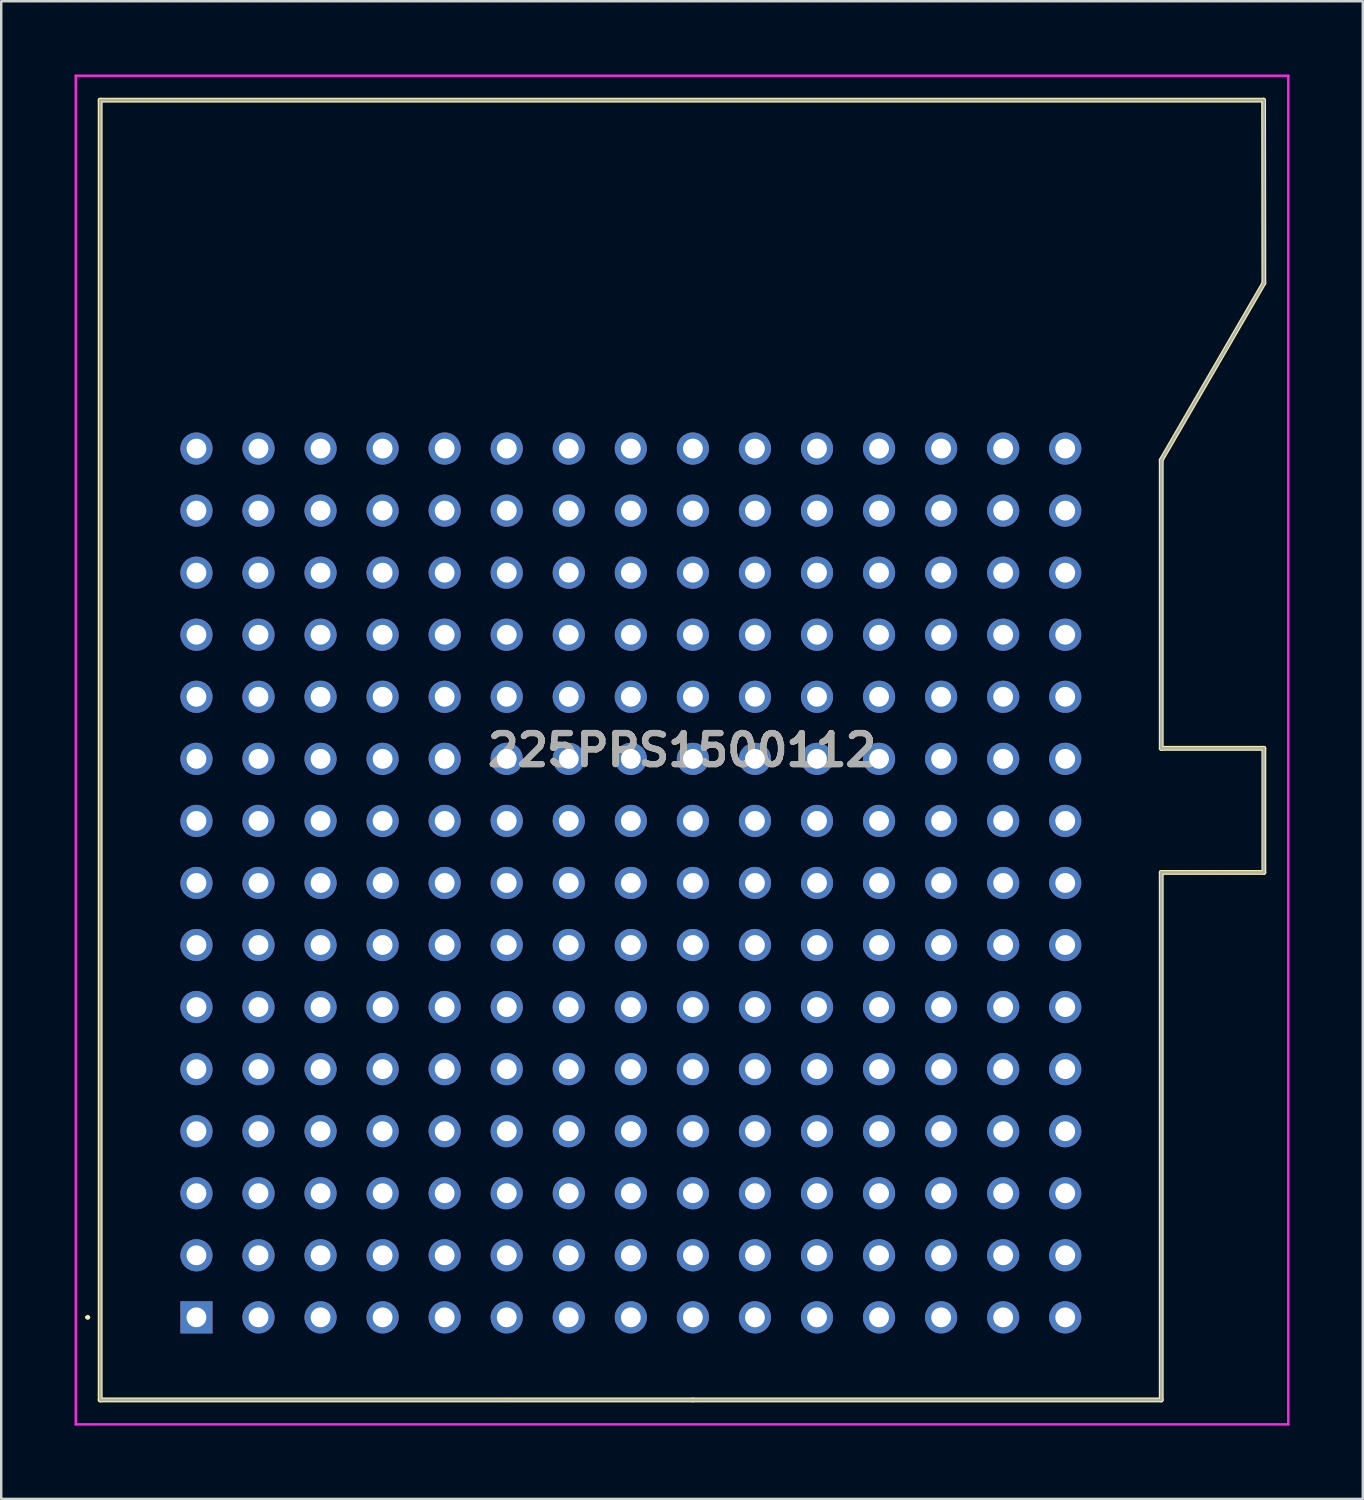
<source format=kicad_pcb>
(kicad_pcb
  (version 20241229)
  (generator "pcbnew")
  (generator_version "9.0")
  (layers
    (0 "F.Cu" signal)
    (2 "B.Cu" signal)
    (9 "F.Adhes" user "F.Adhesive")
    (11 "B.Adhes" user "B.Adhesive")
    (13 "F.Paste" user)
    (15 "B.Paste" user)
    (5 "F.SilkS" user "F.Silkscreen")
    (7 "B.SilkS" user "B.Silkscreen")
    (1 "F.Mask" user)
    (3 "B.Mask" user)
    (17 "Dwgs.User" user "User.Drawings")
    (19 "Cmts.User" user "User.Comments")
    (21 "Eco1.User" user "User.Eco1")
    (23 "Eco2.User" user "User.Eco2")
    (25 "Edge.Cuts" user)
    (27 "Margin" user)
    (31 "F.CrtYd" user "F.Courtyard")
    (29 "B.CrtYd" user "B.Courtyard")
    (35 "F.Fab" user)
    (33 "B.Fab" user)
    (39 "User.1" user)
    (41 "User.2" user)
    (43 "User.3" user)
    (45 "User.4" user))
  (footprint "225PRS1500112"
    (layer "F.Cu")
    (at 4.99 50.87)
    (property "Reference" "225PRS1500112" (at 19.875 -23.22 0) (layer "F.SilkS") (effects (font (size 1.27 1.27) (thickness 0.254))))
    (attr through_hole)
    (fp_line (start -4.5 0) (end -4.5 0) (stroke (width 0.1) (type solid)) (layer "F.SilkS"))
    (fp_line (start -4.4 0) (end -4.4 0) (stroke (width 0.1) (type solid)) (layer "F.SilkS"))
    (fp_line (start -3.94 -49.82) (end -3.94 3.38) (stroke (width 0.2) (type solid)) (layer "F.SilkS"))
    (fp_line (start -3.94 3.38) (end 20.32 3.38) (stroke (width 0.2) (type solid)) (layer "F.SilkS"))
    (fp_line (start 20.32 3.38) (end 39.49 3.38) (stroke (width 0.2) (type solid)) (layer "F.SilkS"))
    (fp_line (start 39.49 -35.09) (end 43.69 -42.33) (stroke (width 0.2) (type solid)) (layer "F.SilkS"))
    (fp_line (start 39.49 -23.29) (end 39.49 -35.09) (stroke (width 0.2) (type solid)) (layer "F.SilkS"))
    (fp_line (start 39.49 -18.21) (end 43.69 -18.21) (stroke (width 0.2) (type solid)) (layer "F.SilkS"))
    (fp_line (start 39.49 3.38) (end 39.49 -18.21) (stroke (width 0.2) (type solid)) (layer "F.SilkS"))
    (fp_line (start 43.68 -49.82) (end -3.94 -49.82) (stroke (width 0.2) (type solid)) (layer "F.SilkS"))
    (fp_line (start 43.69 -42.33) (end 43.68 -49.82) (stroke (width 0.2) (type solid)) (layer "F.SilkS"))
    (fp_line (start 43.69 -23.29) (end 39.49 -23.29) (stroke (width 0.2) (type solid)) (layer "F.SilkS"))
    (fp_line (start 43.69 -18.21) (end 43.69 -23.29) (stroke (width 0.2) (type solid)) (layer "F.SilkS"))
    (fp_arc (start -4.5 0) (mid -4.45 -0.05) (end -4.4 0) (stroke (width 0.1) (type solid)) (layer "F.SilkS"))
    (fp_arc (start -4.4 0) (mid -4.45 0.05) (end -4.5 0) (stroke (width 0.1) (type solid)) (layer "F.SilkS"))
    (fp_line (start -4.94 -50.82) (end 44.69 -50.82) (stroke (width 0.1) (type solid)) (layer "F.CrtYd"))
    (fp_line (start -4.94 4.38) (end -4.94 -50.82) (stroke (width 0.1) (type solid)) (layer "F.CrtYd"))
    (fp_line (start 44.69 -50.82) (end 44.69 4.38) (stroke (width 0.1) (type solid)) (layer "F.CrtYd"))
    (fp_line (start 44.69 4.38) (end -4.94 4.38) (stroke (width 0.1) (type solid)) (layer "F.CrtYd"))
    (fp_line (start -3.94 -49.82) (end -3.94 3.38) (stroke (width 0.1) (type solid)) (layer "F.Fab"))
    (fp_line (start -3.94 3.38) (end 12.7 3.38) (stroke (width 0.1) (type solid)) (layer "F.Fab"))
    (fp_line (start 12.7 3.38) (end 39.49 3.38) (stroke (width 0.1) (type solid)) (layer "F.Fab"))
    (fp_line (start 39.49 -35.09) (end 43.69 -42.33) (stroke (width 0.1) (type solid)) (layer "F.Fab"))
    (fp_line (start 39.49 -23.29) (end 39.49 -35.09) (stroke (width 0.1) (type solid)) (layer "F.Fab"))
    (fp_line (start 39.49 -18.21) (end 43.68 -18.21) (stroke (width 0.1) (type solid)) (layer "F.Fab"))
    (fp_line (start 39.49 3.38) (end 39.49 -18.21) (stroke (width 0.1) (type solid)) (layer "F.Fab"))
    (fp_line (start 43.68 -23.29) (end 39.49 -23.29) (stroke (width 0.1) (type solid)) (layer "F.Fab"))
    (fp_line (start 43.68 -18.21) (end 43.68 -23.29) (stroke (width 0.1) (type solid)) (layer "F.Fab"))
    (fp_line (start 43.69 -49.82) (end -3.94 -49.82) (stroke (width 0.1) (type solid)) (layer "F.Fab"))
    (fp_line (start 43.69 -42.33) (end 43.69 -49.82) (stroke (width 0.1) (type solid)) (layer "F.Fab"))
    (fp_text user "${REFERENCE}" (at 19.875 -23.22 0) (layer "F.Fab") (effects (font (size 1.27 1.27) (thickness 0.254))))
    (pad "A1" thru_hole rect (at 0 0) (size 1.316 1.316) (drill 0.81) (layers "*.Cu" "*.Mask"))
    (pad "A2" thru_hole circle (at 2.54 0) (size 1.316 1.316) (drill 0.81) (layers "*.Cu" "*.Mask"))
    (pad "A3" thru_hole circle (at 5.08 0) (size 1.316 1.316) (drill 0.81) (layers "*.Cu" "*.Mask"))
    (pad "A4" thru_hole circle (at 7.62 0) (size 1.316 1.316) (drill 0.81) (layers "*.Cu" "*.Mask"))
    (pad "A5" thru_hole circle (at 10.16 0) (size 1.316 1.316) (drill 0.81) (layers "*.Cu" "*.Mask"))
    (pad "A6" thru_hole circle (at 12.7 0) (size 1.316 1.316) (drill 0.81) (layers "*.Cu" "*.Mask"))
    (pad "A7" thru_hole circle (at 15.24 0) (size 1.316 1.316) (drill 0.81) (layers "*.Cu" "*.Mask"))
    (pad "A8" thru_hole circle (at 17.78 0) (size 1.316 1.316) (drill 0.81) (layers "*.Cu" "*.Mask"))
    (pad "A9" thru_hole circle (at 20.32 0) (size 1.316 1.316) (drill 0.81) (layers "*.Cu" "*.Mask"))
    (pad "A10" thru_hole circle (at 22.86 0) (size 1.316 1.316) (drill 0.81) (layers "*.Cu" "*.Mask"))
    (pad "A11" thru_hole circle (at 25.4 0) (size 1.316 1.316) (drill 0.81) (layers "*.Cu" "*.Mask"))
    (pad "A12" thru_hole circle (at 27.94 0) (size 1.316 1.316) (drill 0.81) (layers "*.Cu" "*.Mask"))
    (pad "A13" thru_hole circle (at 30.48 0) (size 1.316 1.316) (drill 0.81) (layers "*.Cu" "*.Mask"))
    (pad "A14" thru_hole circle (at 33.02 0) (size 1.316 1.316) (drill 0.81) (layers "*.Cu" "*.Mask"))
    (pad "A15" thru_hole circle (at 35.56 0) (size 1.316 1.316) (drill 0.81) (layers "*.Cu" "*.Mask"))
    (pad "B1" thru_hole circle (at 0 -2.54) (size 1.316 1.316) (drill 0.81) (layers "*.Cu" "*.Mask"))
    (pad "B2" thru_hole circle (at 2.54 -2.54) (size 1.316 1.316) (drill 0.81) (layers "*.Cu" "*.Mask"))
    (pad "B3" thru_hole circle (at 5.08 -2.54) (size 1.316 1.316) (drill 0.81) (layers "*.Cu" "*.Mask"))
    (pad "B4" thru_hole circle (at 7.62 -2.54) (size 1.316 1.316) (drill 0.81) (layers "*.Cu" "*.Mask"))
    (pad "B5" thru_hole circle (at 10.16 -2.54) (size 1.316 1.316) (drill 0.81) (layers "*.Cu" "*.Mask"))
    (pad "B6" thru_hole circle (at 12.7 -2.54) (size 1.316 1.316) (drill 0.81) (layers "*.Cu" "*.Mask"))
    (pad "B7" thru_hole circle (at 15.24 -2.54) (size 1.316 1.316) (drill 0.81) (layers "*.Cu" "*.Mask"))
    (pad "B8" thru_hole circle (at 17.78 -2.54) (size 1.316 1.316) (drill 0.81) (layers "*.Cu" "*.Mask"))
    (pad "B9" thru_hole circle (at 20.32 -2.54) (size 1.316 1.316) (drill 0.81) (layers "*.Cu" "*.Mask"))
    (pad "B10" thru_hole circle (at 22.86 -2.54) (size 1.316 1.316) (drill 0.81) (layers "*.Cu" "*.Mask"))
    (pad "B11" thru_hole circle (at 25.4 -2.54) (size 1.316 1.316) (drill 0.81) (layers "*.Cu" "*.Mask"))
    (pad "B12" thru_hole circle (at 27.94 -2.54) (size 1.316 1.316) (drill 0.81) (layers "*.Cu" "*.Mask"))
    (pad "B13" thru_hole circle (at 30.48 -2.54) (size 1.316 1.316) (drill 0.81) (layers "*.Cu" "*.Mask"))
    (pad "B14" thru_hole circle (at 33.02 -2.54) (size 1.316 1.316) (drill 0.81) (layers "*.Cu" "*.Mask"))
    (pad "B15" thru_hole circle (at 35.56 -2.54) (size 1.316 1.316) (drill 0.81) (layers "*.Cu" "*.Mask"))
    (pad "C1" thru_hole circle (at 0 -5.08) (size 1.316 1.316) (drill 0.81) (layers "*.Cu" "*.Mask"))
    (pad "C2" thru_hole circle (at 2.54 -5.08) (size 1.316 1.316) (drill 0.81) (layers "*.Cu" "*.Mask"))
    (pad "C3" thru_hole circle (at 5.08 -5.08) (size 1.316 1.316) (drill 0.81) (layers "*.Cu" "*.Mask"))
    (pad "C4" thru_hole circle (at 7.62 -5.08) (size 1.316 1.316) (drill 0.81) (layers "*.Cu" "*.Mask"))
    (pad "C5" thru_hole circle (at 10.16 -5.08) (size 1.316 1.316) (drill 0.81) (layers "*.Cu" "*.Mask"))
    (pad "C6" thru_hole circle (at 12.7 -5.08) (size 1.316 1.316) (drill 0.81) (layers "*.Cu" "*.Mask"))
    (pad "C7" thru_hole circle (at 15.24 -5.08) (size 1.316 1.316) (drill 0.81) (layers "*.Cu" "*.Mask"))
    (pad "C8" thru_hole circle (at 17.78 -5.08) (size 1.316 1.316) (drill 0.81) (layers "*.Cu" "*.Mask"))
    (pad "C9" thru_hole circle (at 20.32 -5.08) (size 1.316 1.316) (drill 0.81) (layers "*.Cu" "*.Mask"))
    (pad "C10" thru_hole circle (at 22.86 -5.08) (size 1.316 1.316) (drill 0.81) (layers "*.Cu" "*.Mask"))
    (pad "C11" thru_hole circle (at 25.4 -5.08) (size 1.316 1.316) (drill 0.81) (layers "*.Cu" "*.Mask"))
    (pad "C12" thru_hole circle (at 27.94 -5.08) (size 1.316 1.316) (drill 0.81) (layers "*.Cu" "*.Mask"))
    (pad "C13" thru_hole circle (at 30.48 -5.08) (size 1.316 1.316) (drill 0.81) (layers "*.Cu" "*.Mask"))
    (pad "C14" thru_hole circle (at 33.02 -5.08) (size 1.316 1.316) (drill 0.81) (layers "*.Cu" "*.Mask"))
    (pad "C15" thru_hole circle (at 35.56 -5.08) (size 1.316 1.316) (drill 0.81) (layers "*.Cu" "*.Mask"))
    (pad "D1" thru_hole circle (at 0 -7.62) (size 1.316 1.316) (drill 0.81) (layers "*.Cu" "*.Mask"))
    (pad "D2" thru_hole circle (at 2.54 -7.62) (size 1.316 1.316) (drill 0.81) (layers "*.Cu" "*.Mask"))
    (pad "D3" thru_hole circle (at 5.08 -7.62) (size 1.316 1.316) (drill 0.81) (layers "*.Cu" "*.Mask"))
    (pad "D4" thru_hole circle (at 7.62 -7.62) (size 1.316 1.316) (drill 0.81) (layers "*.Cu" "*.Mask"))
    (pad "D5" thru_hole circle (at 10.16 -7.62) (size 1.316 1.316) (drill 0.81) (layers "*.Cu" "*.Mask"))
    (pad "D6" thru_hole circle (at 12.7 -7.62) (size 1.316 1.316) (drill 0.81) (layers "*.Cu" "*.Mask"))
    (pad "D7" thru_hole circle (at 15.24 -7.62) (size 1.316 1.316) (drill 0.81) (layers "*.Cu" "*.Mask"))
    (pad "D8" thru_hole circle (at 17.78 -7.62) (size 1.316 1.316) (drill 0.81) (layers "*.Cu" "*.Mask"))
    (pad "D9" thru_hole circle (at 20.32 -7.62) (size 1.316 1.316) (drill 0.81) (layers "*.Cu" "*.Mask"))
    (pad "D10" thru_hole circle (at 22.86 -7.62) (size 1.316 1.316) (drill 0.81) (layers "*.Cu" "*.Mask"))
    (pad "D11" thru_hole circle (at 25.4 -7.62) (size 1.316 1.316) (drill 0.81) (layers "*.Cu" "*.Mask"))
    (pad "D12" thru_hole circle (at 27.94 -7.62) (size 1.316 1.316) (drill 0.81) (layers "*.Cu" "*.Mask"))
    (pad "D13" thru_hole circle (at 30.48 -7.62) (size 1.316 1.316) (drill 0.81) (layers "*.Cu" "*.Mask"))
    (pad "D14" thru_hole circle (at 33.02 -7.62) (size 1.316 1.316) (drill 0.81) (layers "*.Cu" "*.Mask"))
    (pad "D15" thru_hole circle (at 35.56 -7.62) (size 1.316 1.316) (drill 0.81) (layers "*.Cu" "*.Mask"))
    (pad "E1" thru_hole circle (at 0 -10.16) (size 1.316 1.316) (drill 0.81) (layers "*.Cu" "*.Mask"))
    (pad "E2" thru_hole circle (at 2.54 -10.16) (size 1.316 1.316) (drill 0.81) (layers "*.Cu" "*.Mask"))
    (pad "E3" thru_hole circle (at 5.08 -10.16) (size 1.316 1.316) (drill 0.81) (layers "*.Cu" "*.Mask"))
    (pad "E4" thru_hole circle (at 7.62 -10.16) (size 1.316 1.316) (drill 0.81) (layers "*.Cu" "*.Mask"))
    (pad "E5" thru_hole circle (at 10.16 -10.16) (size 1.316 1.316) (drill 0.81) (layers "*.Cu" "*.Mask"))
    (pad "E6" thru_hole circle (at 12.7 -10.16) (size 1.316 1.316) (drill 0.81) (layers "*.Cu" "*.Mask"))
    (pad "E7" thru_hole circle (at 15.24 -10.16) (size 1.316 1.316) (drill 0.81) (layers "*.Cu" "*.Mask"))
    (pad "E8" thru_hole circle (at 17.78 -10.16) (size 1.316 1.316) (drill 0.81) (layers "*.Cu" "*.Mask"))
    (pad "E9" thru_hole circle (at 20.32 -10.16) (size 1.316 1.316) (drill 0.81) (layers "*.Cu" "*.Mask"))
    (pad "E10" thru_hole circle (at 22.86 -10.16) (size 1.316 1.316) (drill 0.81) (layers "*.Cu" "*.Mask"))
    (pad "E11" thru_hole circle (at 25.4 -10.16) (size 1.316 1.316) (drill 0.81) (layers "*.Cu" "*.Mask"))
    (pad "E12" thru_hole circle (at 27.94 -10.16) (size 1.316 1.316) (drill 0.81) (layers "*.Cu" "*.Mask"))
    (pad "E13" thru_hole circle (at 30.48 -10.16) (size 1.316 1.316) (drill 0.81) (layers "*.Cu" "*.Mask"))
    (pad "E14" thru_hole circle (at 33.02 -10.16) (size 1.316 1.316) (drill 0.81) (layers "*.Cu" "*.Mask"))
    (pad "E15" thru_hole circle (at 35.56 -10.16) (size 1.316 1.316) (drill 0.81) (layers "*.Cu" "*.Mask"))
    (pad "F1" thru_hole circle (at 0 -12.7) (size 1.316 1.316) (drill 0.81) (layers "*.Cu" "*.Mask"))
    (pad "F2" thru_hole circle (at 2.54 -12.7) (size 1.316 1.316) (drill 0.81) (layers "*.Cu" "*.Mask"))
    (pad "F3" thru_hole circle (at 5.08 -12.7) (size 1.316 1.316) (drill 0.81) (layers "*.Cu" "*.Mask"))
    (pad "F4" thru_hole circle (at 7.62 -12.7) (size 1.316 1.316) (drill 0.81) (layers "*.Cu" "*.Mask"))
    (pad "F5" thru_hole circle (at 10.16 -12.7) (size 1.316 1.316) (drill 0.81) (layers "*.Cu" "*.Mask"))
    (pad "F6" thru_hole circle (at 12.7 -12.7) (size 1.316 1.316) (drill 0.81) (layers "*.Cu" "*.Mask"))
    (pad "F7" thru_hole circle (at 15.24 -12.7) (size 1.316 1.316) (drill 0.81) (layers "*.Cu" "*.Mask"))
    (pad "F8" thru_hole circle (at 17.78 -12.7) (size 1.316 1.316) (drill 0.81) (layers "*.Cu" "*.Mask"))
    (pad "F9" thru_hole circle (at 20.32 -12.7) (size 1.316 1.316) (drill 0.81) (layers "*.Cu" "*.Mask"))
    (pad "F10" thru_hole circle (at 22.86 -12.7) (size 1.316 1.316) (drill 0.81) (layers "*.Cu" "*.Mask"))
    (pad "F11" thru_hole circle (at 25.4 -12.7) (size 1.316 1.316) (drill 0.81) (layers "*.Cu" "*.Mask"))
    (pad "F12" thru_hole circle (at 27.94 -12.7) (size 1.316 1.316) (drill 0.81) (layers "*.Cu" "*.Mask"))
    (pad "F13" thru_hole circle (at 30.48 -12.7) (size 1.316 1.316) (drill 0.81) (layers "*.Cu" "*.Mask"))
    (pad "F14" thru_hole circle (at 33.02 -12.7) (size 1.316 1.316) (drill 0.81) (layers "*.Cu" "*.Mask"))
    (pad "F15" thru_hole circle (at 35.56 -12.7) (size 1.316 1.316) (drill 0.81) (layers "*.Cu" "*.Mask"))
    (pad "G1" thru_hole circle (at 0 -15.24) (size 1.316 1.316) (drill 0.81) (layers "*.Cu" "*.Mask"))
    (pad "G2" thru_hole circle (at 2.54 -15.24) (size 1.316 1.316) (drill 0.81) (layers "*.Cu" "*.Mask"))
    (pad "G3" thru_hole circle (at 5.08 -15.24) (size 1.316 1.316) (drill 0.81) (layers "*.Cu" "*.Mask"))
    (pad "G4" thru_hole circle (at 7.62 -15.24) (size 1.316 1.316) (drill 0.81) (layers "*.Cu" "*.Mask"))
    (pad "G5" thru_hole circle (at 10.16 -15.24) (size 1.316 1.316) (drill 0.81) (layers "*.Cu" "*.Mask"))
    (pad "G6" thru_hole circle (at 12.7 -15.24) (size 1.316 1.316) (drill 0.81) (layers "*.Cu" "*.Mask"))
    (pad "G7" thru_hole circle (at 15.24 -15.24) (size 1.316 1.316) (drill 0.81) (layers "*.Cu" "*.Mask"))
    (pad "G8" thru_hole circle (at 17.78 -15.24) (size 1.316 1.316) (drill 0.81) (layers "*.Cu" "*.Mask"))
    (pad "G9" thru_hole circle (at 20.32 -15.24) (size 1.316 1.316) (drill 0.81) (layers "*.Cu" "*.Mask"))
    (pad "G10" thru_hole circle (at 22.86 -15.24) (size 1.316 1.316) (drill 0.81) (layers "*.Cu" "*.Mask"))
    (pad "G11" thru_hole circle (at 25.4 -15.24) (size 1.316 1.316) (drill 0.81) (layers "*.Cu" "*.Mask"))
    (pad "G12" thru_hole circle (at 27.94 -15.24) (size 1.316 1.316) (drill 0.81) (layers "*.Cu" "*.Mask"))
    (pad "G13" thru_hole circle (at 30.48 -15.24) (size 1.316 1.316) (drill 0.81) (layers "*.Cu" "*.Mask"))
    (pad "G14" thru_hole circle (at 33.02 -15.24) (size 1.316 1.316) (drill 0.81) (layers "*.Cu" "*.Mask"))
    (pad "G15" thru_hole circle (at 35.56 -15.24) (size 1.316 1.316) (drill 0.81) (layers "*.Cu" "*.Mask"))
    (pad "H1" thru_hole circle (at 0 -17.78) (size 1.316 1.316) (drill 0.81) (layers "*.Cu" "*.Mask"))
    (pad "H2" thru_hole circle (at 2.54 -17.78) (size 1.316 1.316) (drill 0.81) (layers "*.Cu" "*.Mask"))
    (pad "H3" thru_hole circle (at 5.08 -17.78) (size 1.316 1.316) (drill 0.81) (layers "*.Cu" "*.Mask"))
    (pad "H4" thru_hole circle (at 7.62 -17.78) (size 1.316 1.316) (drill 0.81) (layers "*.Cu" "*.Mask"))
    (pad "H5" thru_hole circle (at 10.16 -17.78) (size 1.316 1.316) (drill 0.81) (layers "*.Cu" "*.Mask"))
    (pad "H6" thru_hole circle (at 12.7 -17.78) (size 1.316 1.316) (drill 0.81) (layers "*.Cu" "*.Mask"))
    (pad "H7" thru_hole circle (at 15.24 -17.78) (size 1.316 1.316) (drill 0.81) (layers "*.Cu" "*.Mask"))
    (pad "H8" thru_hole circle (at 17.78 -17.78) (size 1.316 1.316) (drill 0.81) (layers "*.Cu" "*.Mask"))
    (pad "H9" thru_hole circle (at 20.32 -17.78) (size 1.316 1.316) (drill 0.81) (layers "*.Cu" "*.Mask"))
    (pad "H10" thru_hole circle (at 22.86 -17.78) (size 1.316 1.316) (drill 0.81) (layers "*.Cu" "*.Mask"))
    (pad "H11" thru_hole circle (at 25.4 -17.78) (size 1.316 1.316) (drill 0.81) (layers "*.Cu" "*.Mask"))
    (pad "H12" thru_hole circle (at 27.94 -17.78) (size 1.316 1.316) (drill 0.81) (layers "*.Cu" "*.Mask"))
    (pad "H13" thru_hole circle (at 30.48 -17.78) (size 1.316 1.316) (drill 0.81) (layers "*.Cu" "*.Mask"))
    (pad "H14" thru_hole circle (at 33.02 -17.78) (size 1.316 1.316) (drill 0.81) (layers "*.Cu" "*.Mask"))
    (pad "H15" thru_hole circle (at 35.56 -17.78) (size 1.316 1.316) (drill 0.81) (layers "*.Cu" "*.Mask"))
    (pad "J1" thru_hole circle (at 0 -20.32) (size 1.316 1.316) (drill 0.81) (layers "*.Cu" "*.Mask"))
    (pad "J2" thru_hole circle (at 2.54 -20.32) (size 1.316 1.316) (drill 0.81) (layers "*.Cu" "*.Mask"))
    (pad "J3" thru_hole circle (at 5.08 -20.32) (size 1.316 1.316) (drill 0.81) (layers "*.Cu" "*.Mask"))
    (pad "J4" thru_hole circle (at 7.62 -20.32) (size 1.316 1.316) (drill 0.81) (layers "*.Cu" "*.Mask"))
    (pad "J5" thru_hole circle (at 10.16 -20.32) (size 1.316 1.316) (drill 0.81) (layers "*.Cu" "*.Mask"))
    (pad "J6" thru_hole circle (at 12.7 -20.32) (size 1.316 1.316) (drill 0.81) (layers "*.Cu" "*.Mask"))
    (pad "J7" thru_hole circle (at 15.24 -20.32) (size 1.316 1.316) (drill 0.81) (layers "*.Cu" "*.Mask"))
    (pad "J8" thru_hole circle (at 17.78 -20.32) (size 1.316 1.316) (drill 0.81) (layers "*.Cu" "*.Mask"))
    (pad "J9" thru_hole circle (at 20.32 -20.32) (size 1.316 1.316) (drill 0.81) (layers "*.Cu" "*.Mask"))
    (pad "J10" thru_hole circle (at 22.86 -20.32) (size 1.316 1.316) (drill 0.81) (layers "*.Cu" "*.Mask"))
    (pad "J11" thru_hole circle (at 25.4 -20.32) (size 1.316 1.316) (drill 0.81) (layers "*.Cu" "*.Mask"))
    (pad "J12" thru_hole circle (at 27.94 -20.32) (size 1.316 1.316) (drill 0.81) (layers "*.Cu" "*.Mask"))
    (pad "J13" thru_hole circle (at 30.48 -20.32) (size 1.316 1.316) (drill 0.81) (layers "*.Cu" "*.Mask"))
    (pad "J14" thru_hole circle (at 33.02 -20.32) (size 1.316 1.316) (drill 0.81) (layers "*.Cu" "*.Mask"))
    (pad "J15" thru_hole circle (at 35.56 -20.32) (size 1.316 1.316) (drill 0.81) (layers "*.Cu" "*.Mask"))
    (pad "K1" thru_hole circle (at 0 -22.86) (size 1.316 1.316) (drill 0.81) (layers "*.Cu" "*.Mask"))
    (pad "K2" thru_hole circle (at 2.54 -22.86) (size 1.316 1.316) (drill 0.81) (layers "*.Cu" "*.Mask"))
    (pad "K3" thru_hole circle (at 5.08 -22.86) (size 1.316 1.316) (drill 0.81) (layers "*.Cu" "*.Mask"))
    (pad "K4" thru_hole circle (at 7.62 -22.86) (size 1.316 1.316) (drill 0.81) (layers "*.Cu" "*.Mask"))
    (pad "K5" thru_hole circle (at 10.16 -22.86) (size 1.316 1.316) (drill 0.81) (layers "*.Cu" "*.Mask"))
    (pad "K6" thru_hole circle (at 12.7 -22.86) (size 1.316 1.316) (drill 0.81) (layers "*.Cu" "*.Mask"))
    (pad "K7" thru_hole circle (at 15.24 -22.86) (size 1.316 1.316) (drill 0.81) (layers "*.Cu" "*.Mask"))
    (pad "K8" thru_hole circle (at 17.78 -22.86) (size 1.316 1.316) (drill 0.81) (layers "*.Cu" "*.Mask"))
    (pad "K9" thru_hole circle (at 20.32 -22.86) (size 1.316 1.316) (drill 0.81) (layers "*.Cu" "*.Mask"))
    (pad "K10" thru_hole circle (at 22.86 -22.86) (size 1.316 1.316) (drill 0.81) (layers "*.Cu" "*.Mask"))
    (pad "K11" thru_hole circle (at 25.4 -22.86) (size 1.316 1.316) (drill 0.81) (layers "*.Cu" "*.Mask"))
    (pad "K12" thru_hole circle (at 27.94 -22.86) (size 1.316 1.316) (drill 0.81) (layers "*.Cu" "*.Mask"))
    (pad "K13" thru_hole circle (at 30.48 -22.86) (size 1.316 1.316) (drill 0.81) (layers "*.Cu" "*.Mask"))
    (pad "K14" thru_hole circle (at 33.02 -22.86) (size 1.316 1.316) (drill 0.81) (layers "*.Cu" "*.Mask"))
    (pad "K15" thru_hole circle (at 35.56 -22.86) (size 1.316 1.316) (drill 0.81) (layers "*.Cu" "*.Mask"))
    (pad "L1" thru_hole circle (at 0 -25.4) (size 1.316 1.316) (drill 0.81) (layers "*.Cu" "*.Mask"))
    (pad "L2" thru_hole circle (at 2.54 -25.4) (size 1.316 1.316) (drill 0.81) (layers "*.Cu" "*.Mask"))
    (pad "L3" thru_hole circle (at 5.08 -25.4) (size 1.316 1.316) (drill 0.81) (layers "*.Cu" "*.Mask"))
    (pad "L4" thru_hole circle (at 7.62 -25.4) (size 1.316 1.316) (drill 0.81) (layers "*.Cu" "*.Mask"))
    (pad "L5" thru_hole circle (at 10.16 -25.4) (size 1.316 1.316) (drill 0.81) (layers "*.Cu" "*.Mask"))
    (pad "L6" thru_hole circle (at 12.7 -25.4) (size 1.316 1.316) (drill 0.81) (layers "*.Cu" "*.Mask"))
    (pad "L7" thru_hole circle (at 15.24 -25.4) (size 1.316 1.316) (drill 0.81) (layers "*.Cu" "*.Mask"))
    (pad "L8" thru_hole circle (at 17.78 -25.4) (size 1.316 1.316) (drill 0.81) (layers "*.Cu" "*.Mask"))
    (pad "L9" thru_hole circle (at 20.32 -25.4) (size 1.316 1.316) (drill 0.81) (layers "*.Cu" "*.Mask"))
    (pad "L10" thru_hole circle (at 22.86 -25.4) (size 1.316 1.316) (drill 0.81) (layers "*.Cu" "*.Mask"))
    (pad "L11" thru_hole circle (at 25.4 -25.4) (size 1.316 1.316) (drill 0.81) (layers "*.Cu" "*.Mask"))
    (pad "L12" thru_hole circle (at 27.94 -25.4) (size 1.316 1.316) (drill 0.81) (layers "*.Cu" "*.Mask"))
    (pad "L13" thru_hole circle (at 30.48 -25.4) (size 1.316 1.316) (drill 0.81) (layers "*.Cu" "*.Mask"))
    (pad "L14" thru_hole circle (at 33.02 -25.4) (size 1.316 1.316) (drill 0.81) (layers "*.Cu" "*.Mask"))
    (pad "L15" thru_hole circle (at 35.56 -25.4) (size 1.316 1.316) (drill 0.81) (layers "*.Cu" "*.Mask"))
    (pad "M1" thru_hole circle (at 0 -27.94) (size 1.316 1.316) (drill 0.81) (layers "*.Cu" "*.Mask"))
    (pad "M2" thru_hole circle (at 2.54 -27.94) (size 1.316 1.316) (drill 0.81) (layers "*.Cu" "*.Mask"))
    (pad "M3" thru_hole circle (at 5.08 -27.94) (size 1.316 1.316) (drill 0.81) (layers "*.Cu" "*.Mask"))
    (pad "M4" thru_hole circle (at 7.62 -27.94) (size 1.316 1.316) (drill 0.81) (layers "*.Cu" "*.Mask"))
    (pad "M5" thru_hole circle (at 10.16 -27.94) (size 1.316 1.316) (drill 0.81) (layers "*.Cu" "*.Mask"))
    (pad "M6" thru_hole circle (at 12.7 -27.94) (size 1.316 1.316) (drill 0.81) (layers "*.Cu" "*.Mask"))
    (pad "M7" thru_hole circle (at 15.24 -27.94) (size 1.316 1.316) (drill 0.81) (layers "*.Cu" "*.Mask"))
    (pad "M8" thru_hole circle (at 17.78 -27.94) (size 1.316 1.316) (drill 0.81) (layers "*.Cu" "*.Mask"))
    (pad "M9" thru_hole circle (at 20.32 -27.94) (size 1.316 1.316) (drill 0.81) (layers "*.Cu" "*.Mask"))
    (pad "M10" thru_hole circle (at 22.86 -27.94) (size 1.316 1.316) (drill 0.81) (layers "*.Cu" "*.Mask"))
    (pad "M11" thru_hole circle (at 25.4 -27.94) (size 1.316 1.316) (drill 0.81) (layers "*.Cu" "*.Mask"))
    (pad "M12" thru_hole circle (at 27.94 -27.94) (size 1.316 1.316) (drill 0.81) (layers "*.Cu" "*.Mask"))
    (pad "M13" thru_hole circle (at 30.48 -27.94) (size 1.316 1.316) (drill 0.81) (layers "*.Cu" "*.Mask"))
    (pad "M14" thru_hole circle (at 33.02 -27.94) (size 1.316 1.316) (drill 0.81) (layers "*.Cu" "*.Mask"))
    (pad "M15" thru_hole circle (at 35.56 -27.94) (size 1.316 1.316) (drill 0.81) (layers "*.Cu" "*.Mask"))
    (pad "N1" thru_hole circle (at 0 -30.48) (size 1.316 1.316) (drill 0.81) (layers "*.Cu" "*.Mask"))
    (pad "N2" thru_hole circle (at 2.54 -30.48) (size 1.316 1.316) (drill 0.81) (layers "*.Cu" "*.Mask"))
    (pad "N3" thru_hole circle (at 5.08 -30.48) (size 1.316 1.316) (drill 0.81) (layers "*.Cu" "*.Mask"))
    (pad "N4" thru_hole circle (at 7.62 -30.48) (size 1.316 1.316) (drill 0.81) (layers "*.Cu" "*.Mask"))
    (pad "N5" thru_hole circle (at 10.16 -30.48) (size 1.316 1.316) (drill 0.81) (layers "*.Cu" "*.Mask"))
    (pad "N6" thru_hole circle (at 12.7 -30.48) (size 1.316 1.316) (drill 0.81) (layers "*.Cu" "*.Mask"))
    (pad "N7" thru_hole circle (at 15.24 -30.48) (size 1.316 1.316) (drill 0.81) (layers "*.Cu" "*.Mask"))
    (pad "N8" thru_hole circle (at 17.78 -30.48) (size 1.316 1.316) (drill 0.81) (layers "*.Cu" "*.Mask"))
    (pad "N9" thru_hole circle (at 20.32 -30.48) (size 1.316 1.316) (drill 0.81) (layers "*.Cu" "*.Mask"))
    (pad "N10" thru_hole circle (at 22.86 -30.48) (size 1.316 1.316) (drill 0.81) (layers "*.Cu" "*.Mask"))
    (pad "N11" thru_hole circle (at 25.4 -30.48) (size 1.316 1.316) (drill 0.81) (layers "*.Cu" "*.Mask"))
    (pad "N12" thru_hole circle (at 27.94 -30.48) (size 1.316 1.316) (drill 0.81) (layers "*.Cu" "*.Mask"))
    (pad "N13" thru_hole circle (at 30.48 -30.48) (size 1.316 1.316) (drill 0.81) (layers "*.Cu" "*.Mask"))
    (pad "N14" thru_hole circle (at 33.02 -30.48) (size 1.316 1.316) (drill 0.81) (layers "*.Cu" "*.Mask"))
    (pad "N15" thru_hole circle (at 35.56 -30.48) (size 1.316 1.316) (drill 0.81) (layers "*.Cu" "*.Mask"))
    (pad "P1" thru_hole circle (at 0 -33.02) (size 1.316 1.316) (drill 0.81) (layers "*.Cu" "*.Mask"))
    (pad "P2" thru_hole circle (at 2.54 -33.02) (size 1.316 1.316) (drill 0.81) (layers "*.Cu" "*.Mask"))
    (pad "P3" thru_hole circle (at 5.08 -33.02) (size 1.316 1.316) (drill 0.81) (layers "*.Cu" "*.Mask"))
    (pad "P4" thru_hole circle (at 7.62 -33.02) (size 1.316 1.316) (drill 0.81) (layers "*.Cu" "*.Mask"))
    (pad "P5" thru_hole circle (at 10.16 -33.02) (size 1.316 1.316) (drill 0.81) (layers "*.Cu" "*.Mask"))
    (pad "P6" thru_hole circle (at 12.7 -33.02) (size 1.316 1.316) (drill 0.81) (layers "*.Cu" "*.Mask"))
    (pad "P7" thru_hole circle (at 15.24 -33.02) (size 1.316 1.316) (drill 0.81) (layers "*.Cu" "*.Mask"))
    (pad "P8" thru_hole circle (at 17.78 -33.02) (size 1.316 1.316) (drill 0.81) (layers "*.Cu" "*.Mask"))
    (pad "P9" thru_hole circle (at 20.32 -33.02) (size 1.316 1.316) (drill 0.81) (layers "*.Cu" "*.Mask"))
    (pad "P10" thru_hole circle (at 22.86 -33.02) (size 1.316 1.316) (drill 0.81) (layers "*.Cu" "*.Mask"))
    (pad "P11" thru_hole circle (at 25.4 -33.02) (size 1.316 1.316) (drill 0.81) (layers "*.Cu" "*.Mask"))
    (pad "P12" thru_hole circle (at 27.94 -33.02) (size 1.316 1.316) (drill 0.81) (layers "*.Cu" "*.Mask"))
    (pad "P13" thru_hole circle (at 30.48 -33.02) (size 1.316 1.316) (drill 0.81) (layers "*.Cu" "*.Mask"))
    (pad "P14" thru_hole circle (at 33.02 -33.02) (size 1.316 1.316) (drill 0.81) (layers "*.Cu" "*.Mask"))
    (pad "P15" thru_hole circle (at 35.56 -33.02) (size 1.316 1.316) (drill 0.81) (layers "*.Cu" "*.Mask"))
    (pad "R1" thru_hole circle (at 0 -35.56) (size 1.316 1.316) (drill 0.81) (layers "*.Cu" "*.Mask"))
    (pad "R2" thru_hole circle (at 2.54 -35.56) (size 1.316 1.316) (drill 0.81) (layers "*.Cu" "*.Mask"))
    (pad "R3" thru_hole circle (at 5.08 -35.56) (size 1.316 1.316) (drill 0.81) (layers "*.Cu" "*.Mask"))
    (pad "R4" thru_hole circle (at 7.62 -35.56) (size 1.316 1.316) (drill 0.81) (layers "*.Cu" "*.Mask"))
    (pad "R5" thru_hole circle (at 10.16 -35.56) (size 1.316 1.316) (drill 0.81) (layers "*.Cu" "*.Mask"))
    (pad "R6" thru_hole circle (at 12.7 -35.56) (size 1.316 1.316) (drill 0.81) (layers "*.Cu" "*.Mask"))
    (pad "R7" thru_hole circle (at 15.24 -35.56) (size 1.316 1.316) (drill 0.81) (layers "*.Cu" "*.Mask"))
    (pad "R8" thru_hole circle (at 17.78 -35.56) (size 1.316 1.316) (drill 0.81) (layers "*.Cu" "*.Mask"))
    (pad "R9" thru_hole circle (at 20.32 -35.56) (size 1.316 1.316) (drill 0.81) (layers "*.Cu" "*.Mask"))
    (pad "R10" thru_hole circle (at 22.86 -35.56) (size 1.316 1.316) (drill 0.81) (layers "*.Cu" "*.Mask"))
    (pad "R11" thru_hole circle (at 25.4 -35.56) (size 1.316 1.316) (drill 0.81) (layers "*.Cu" "*.Mask"))
    (pad "R12" thru_hole circle (at 27.94 -35.56) (size 1.316 1.316) (drill 0.81) (layers "*.Cu" "*.Mask"))
    (pad "R13" thru_hole circle (at 30.48 -35.56) (size 1.316 1.316) (drill 0.81) (layers "*.Cu" "*.Mask"))
    (pad "R14" thru_hole circle (at 33.02 -35.56) (size 1.316 1.316) (drill 0.81) (layers "*.Cu" "*.Mask"))
    (pad "R15" thru_hole circle (at 35.56 -35.56) (size 1.316 1.316) (drill 0.81) (layers "*.Cu" "*.Mask")))
  (gr_rect
    (start -3 -3)
    (end 52.73 58.3)
    (stroke (width 0.1) (type default))
    (fill no)
    (layer "Edge.Cuts")))
</source>
